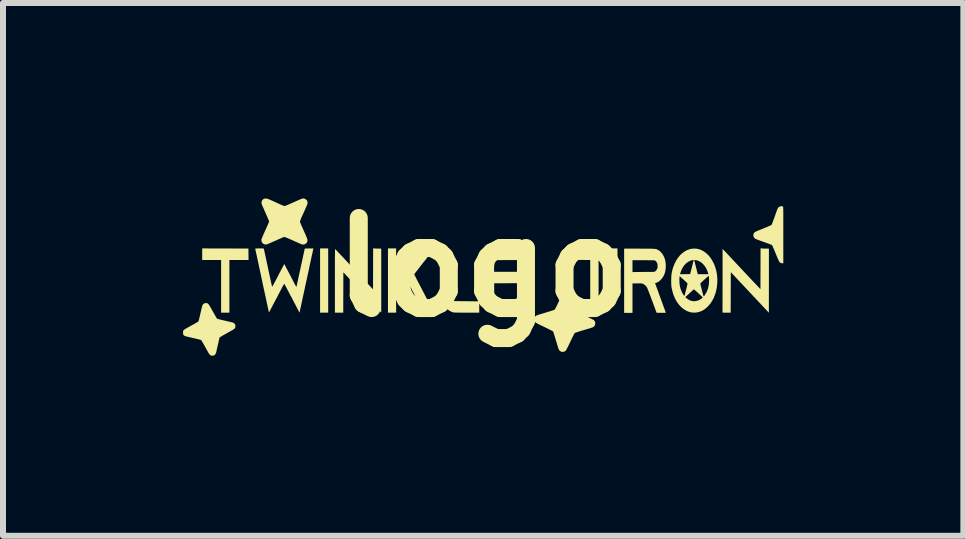
<source format=kicad_pcb>
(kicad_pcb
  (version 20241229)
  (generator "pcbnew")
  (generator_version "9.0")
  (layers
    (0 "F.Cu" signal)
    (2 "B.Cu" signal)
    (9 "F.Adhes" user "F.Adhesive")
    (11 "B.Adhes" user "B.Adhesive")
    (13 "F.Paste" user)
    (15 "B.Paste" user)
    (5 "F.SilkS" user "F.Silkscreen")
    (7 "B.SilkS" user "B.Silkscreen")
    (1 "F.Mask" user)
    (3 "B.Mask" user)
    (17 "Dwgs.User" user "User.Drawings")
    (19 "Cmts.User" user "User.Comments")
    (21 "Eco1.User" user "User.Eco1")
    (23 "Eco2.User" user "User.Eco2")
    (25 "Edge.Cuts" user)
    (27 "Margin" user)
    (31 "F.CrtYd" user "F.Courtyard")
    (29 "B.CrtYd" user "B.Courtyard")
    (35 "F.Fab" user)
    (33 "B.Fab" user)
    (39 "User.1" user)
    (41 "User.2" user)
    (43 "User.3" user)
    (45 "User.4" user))
  (footprint "logo"
    (layer "F.Cu")
    (at 4.999 1.404)
    (property "Reference" "logo" (at 0 0 0) (layer "F.SilkS") (effects (font (size 1.5 1.5) (thickness 0.3))))
    (attr board_only exclude_from_pos_files exclude_from_bom)
    (fp_poly (pts (xy -2.581 0.22) (xy -2.581 0.755) (xy -2.648 0.755) (xy -2.716 0.755) (xy -2.716 0.22) (xy -2.716 -0.315) (xy -2.648 -0.315) (xy -2.581 -0.315)) (stroke (width 0) (type solid)) (fill yes) (layer "F.SilkS"))
    (fp_poly (pts (xy -4.295 -0.314) (xy -3.91 -0.313) (xy -3.909 -0.218) (xy -3.908 -0.122) (xy -4.067 -0.122) (xy -4.227 -0.122) (xy -4.227 0.317) (xy -4.227 0.755) (xy -4.296 0.755) (xy -4.365 0.755) (xy -4.365 0.317) (xy -4.365 -0.122) (xy -4.523 -0.122) (xy -4.68 -0.122) (xy -4.68 -0.218) (xy -4.68 -0.315)) (stroke (width 0) (type solid)) (fill yes) (layer "F.SilkS"))
    (fp_poly (pts (xy 2.239 -0.218) (xy 2.239 -0.122) (xy 2.081 -0.122) (xy 1.924 -0.122) (xy 1.924 0.317) (xy 1.924 0.755) (xy 1.854 0.755) (xy 1.785 0.755) (xy 1.785 0.317) (xy 1.785 -0.122) (xy 1.626 -0.123) (xy 1.468 -0.124) (xy 1.468 -0.218) (xy 1.468 -0.313) (xy 1.853 -0.314) (xy 2.239 -0.315)) (stroke (width 0) (type solid)) (fill yes) (layer "F.SilkS"))
    (fp_poly (pts (xy 4.656 -0.314) (xy 4.675 -0.313) (xy 4.696 -0.312) (xy 4.718 -0.312) (xy 4.725 -0.312) (xy 4.762 -0.312) (xy 4.762 0.223) (xy 4.761 0.757) (xy 4.747 0.741) (xy 4.743 0.737) (xy 4.735 0.728) (xy 4.722 0.715) (xy 4.706 0.697) (xy 4.686 0.676) (xy 4.663 0.652) (xy 4.638 0.624) (xy 4.609 0.594) (xy 4.578 0.561) (xy 4.546 0.526) (xy 4.511 0.49) (xy 4.475 0.451) (xy 4.438 0.412) (xy 4.43 0.403) (xy 4.127 0.081) (xy 4.126 0.418) (xy 4.125 0.755) (xy 4.057 0.755) (xy 3.989 0.755) (xy 3.99 0.224) (xy 3.99 -0.306) (xy 4.029 -0.266) (xy 4.036 -0.258) (xy 4.048 -0.246) (xy 4.063 -0.229) (xy 4.083 -0.209) (xy 4.105 -0.185) (xy 4.131 -0.158) (xy 4.159 -0.128) (xy 4.189 -0.096) (xy 4.221 -0.061) (xy 4.255 -0.025) (xy 4.29 0.012) (xy 4.326 0.05) (xy 4.344 0.07) (xy 4.621 0.364) (xy 4.622 0.024) (xy 4.623 -0.316)) (stroke (width 0) (type solid)) (fill yes) (layer "F.SilkS"))
    (fp_poly (pts (xy -0.633 -0.314) (xy -0.564 -0.313) (xy -0.562 0.075) (xy -0.562 0.134) (xy -0.562 0.188) (xy -0.561 0.236) (xy -0.561 0.277) (xy -0.561 0.314) (xy -0.561 0.346) (xy -0.56 0.373) (xy -0.56 0.396) (xy -0.56 0.415) (xy -0.559 0.431) (xy -0.559 0.443) (xy -0.558 0.454) (xy -0.558 0.461) (xy -0.557 0.467) (xy -0.556 0.472) (xy -0.555 0.475) (xy -0.555 0.476) (xy -0.542 0.504) (xy -0.528 0.525) (xy -0.512 0.542) (xy -0.494 0.553) (xy -0.477 0.563) (xy -0.27 0.565) (xy -0.064 0.567) (xy -0.064 0.661) (xy -0.064 0.755) (xy -0.275 0.755) (xy -0.321 0.755) (xy -0.361 0.755) (xy -0.395 0.754) (xy -0.423 0.754) (xy -0.446 0.754) (xy -0.465 0.753) (xy -0.479 0.753) (xy -0.49 0.752) (xy -0.497 0.751) (xy -0.501 0.75) (xy -0.537 0.736) (xy -0.57 0.717) (xy -0.6 0.691) (xy -0.626 0.66) (xy -0.65 0.623) (xy -0.67 0.58) (xy -0.686 0.533) (xy -0.692 0.511) (xy -0.693 0.507) (xy -0.694 0.502) (xy -0.695 0.498) (xy -0.696 0.492) (xy -0.696 0.485) (xy -0.697 0.477) (xy -0.697 0.467) (xy -0.698 0.454) (xy -0.698 0.439) (xy -0.698 0.42) (xy -0.699 0.398) (xy -0.699 0.373) (xy -0.699 0.343) (xy -0.699 0.308) (xy -0.7 0.268) (xy -0.7 0.223) (xy -0.7 0.172) (xy -0.7 0.115) (xy -0.7 0.084) (xy -0.701 -0.315)) (stroke (width 0) (type solid)) (fill yes) (layer "F.SilkS"))
    (fp_poly (pts (xy -1.801 -0.314) (xy -1.784 -0.313) (xy -1.763 -0.312) (xy -1.742 -0.312) (xy -1.733 -0.312) (xy -1.697 -0.312) (xy -1.697 0.221) (xy -1.697 0.754) (xy -1.737 0.711) (xy -1.745 0.703) (xy -1.757 0.691) (xy -1.773 0.674) (xy -1.792 0.653) (xy -1.815 0.629) (xy -1.841 0.602) (xy -1.869 0.572) (xy -1.899 0.539) (xy -1.932 0.505) (xy -1.966 0.469) (xy -2.001 0.432) (xy -2.037 0.393) (xy -2.053 0.376) (xy -2.328 0.083) (xy -2.329 0.419) (xy -2.33 0.755) (xy -2.399 0.755) (xy -2.469 0.755) (xy -2.469 0.223) (xy -2.469 0.153) (xy -2.469 0.089) (xy -2.469 0.031) (xy -2.469 -0.021) (xy -2.469 -0.067) (xy -2.469 -0.108) (xy -2.469 -0.144) (xy -2.469 -0.175) (xy -2.468 -0.202) (xy -2.468 -0.225) (xy -2.468 -0.245) (xy -2.468 -0.261) (xy -2.467 -0.274) (xy -2.467 -0.284) (xy -2.467 -0.292) (xy -2.466 -0.297) (xy -2.466 -0.301) (xy -2.465 -0.303) (xy -2.464 -0.304) (xy -2.464 -0.304) (xy -2.463 -0.303) (xy -2.463 -0.303) (xy -2.457 -0.297) (xy -2.448 -0.287) (xy -2.434 -0.273) (xy -2.417 -0.254) (xy -2.397 -0.233) (xy -2.373 -0.208) (xy -2.347 -0.18) (xy -2.319 -0.151) (xy -2.29 -0.119) (xy -2.258 -0.085) (xy -2.226 -0.051) (xy -2.192 -0.015) (xy -2.159 0.021) (xy -2.125 0.057) (xy -2.091 0.093) (xy -2.058 0.128) (xy -2.034 0.154) (xy -1.834 0.367) (xy -1.833 0.025) (xy -1.832 -0.316)) (stroke (width 0) (type solid)) (fill yes) (layer "F.SilkS"))
    (fp_poly (pts (xy 4.996 -1.012) (xy 4.996 -1.012) (xy 4.997 -1.011) (xy 4.998 -1.01) (xy 4.998 -1.008) (xy 4.999 -1.004) (xy 5 -0.999) (xy 5 -0.991) (xy 5 -0.982) (xy 5.001 -0.969) (xy 5.001 -0.954) (xy 5.001 -0.935) (xy 5.002 -0.913) (xy 5.002 -0.886) (xy 5.002 -0.856) (xy 5.002 -0.82) (xy 5.002 -0.78) (xy 5.002 -0.734) (xy 5.002 -0.683) (xy 5.002 -0.625) (xy 5.002 -0.562) (xy 5.002 -0.538) (xy 5.002 -0.068) (xy 4.986 -0.068) (xy 4.974 -0.069) (xy 4.963 -0.071) (xy 4.96 -0.073) (xy 4.953 -0.076) (xy 4.948 -0.08) (xy 4.942 -0.085) (xy 4.937 -0.092) (xy 4.931 -0.101) (xy 4.924 -0.114) (xy 4.917 -0.13) (xy 4.907 -0.151) (xy 4.897 -0.176) (xy 4.884 -0.207) (xy 4.879 -0.22) (xy 4.865 -0.254) (xy 4.853 -0.283) (xy 4.843 -0.306) (xy 4.835 -0.325) (xy 4.829 -0.339) (xy 4.824 -0.351) (xy 4.82 -0.359) (xy 4.817 -0.364) (xy 4.814 -0.368) (xy 4.812 -0.371) (xy 4.81 -0.373) (xy 4.808 -0.374) (xy 4.804 -0.376) (xy 4.793 -0.38) (xy 4.778 -0.386) (xy 4.758 -0.393) (xy 4.735 -0.402) (xy 4.709 -0.411) (xy 4.681 -0.421) (xy 4.669 -0.426) (xy 4.636 -0.437) (xy 4.609 -0.447) (xy 4.587 -0.455) (xy 4.57 -0.461) (xy 4.556 -0.467) (xy 4.546 -0.471) (xy 4.538 -0.475) (xy 4.532 -0.478) (xy 4.528 -0.482) (xy 4.524 -0.485) (xy 4.523 -0.486) (xy 4.51 -0.503) (xy 4.503 -0.522) (xy 4.503 -0.542) (xy 4.509 -0.562) (xy 4.517 -0.575) (xy 4.52 -0.579) (xy 4.523 -0.582) (xy 4.527 -0.585) (xy 4.532 -0.589) (xy 4.54 -0.593) (xy 4.55 -0.598) (xy 4.564 -0.604) (xy 4.582 -0.612) (xy 4.605 -0.621) (xy 4.634 -0.633) (xy 4.636 -0.634) (xy 4.662 -0.644) (xy 4.687 -0.655) (xy 4.712 -0.665) (xy 4.734 -0.674) (xy 4.752 -0.682) (xy 4.765 -0.687) (xy 4.78 -0.694) (xy 4.794 -0.7) (xy 4.803 -0.706) (xy 4.808 -0.71) (xy 4.81 -0.715) (xy 4.815 -0.726) (xy 4.821 -0.742) (xy 4.829 -0.765) (xy 4.84 -0.794) (xy 4.853 -0.829) (xy 4.868 -0.871) (xy 4.884 -0.918) (xy 4.889 -0.93) (xy 4.896 -0.951) (xy 4.902 -0.967) (xy 4.908 -0.978) (xy 4.912 -0.987) (xy 4.918 -0.994) (xy 4.923 -1) (xy 4.926 -1.002) (xy 4.942 -1.012) (xy 4.96 -1.018) (xy 4.979 -1.018)) (stroke (width 0) (type solid)) (fill yes) (layer "F.SilkS"))
    (fp_poly (pts (xy -1.449 -0.042) (xy -1.449 0.012) (xy -1.449 0.061) (xy -1.449 0.103) (xy -1.449 0.14) (xy -1.449 0.17) (xy -1.448 0.195) (xy -1.448 0.213) (xy -1.447 0.224) (xy -1.446 0.229) (xy -1.446 0.229) (xy -1.444 0.226) (xy -1.437 0.218) (xy -1.427 0.205) (xy -1.413 0.188) (xy -1.396 0.167) (xy -1.376 0.141) (xy -1.353 0.113) (xy -1.328 0.081) (xy -1.3 0.046) (xy -1.271 0.009) (xy -1.24 -0.03) (xy -1.207 -0.072) (xy -1.173 -0.115) (xy -1.138 -0.16) (xy -1.102 -0.205) (xy -1.096 -0.213) (xy -1.015 -0.315) (xy -0.914 -0.315) (xy -0.889 -0.315) (xy -0.866 -0.315) (xy -0.846 -0.315) (xy -0.83 -0.314) (xy -0.819 -0.314) (xy -0.813 -0.314) (xy -0.813 -0.314) (xy -0.815 -0.311) (xy -0.821 -0.303) (xy -0.83 -0.291) (xy -0.843 -0.275) (xy -0.859 -0.255) (xy -0.877 -0.231) (xy -0.898 -0.205) (xy -0.92 -0.176) (xy -0.944 -0.145) (xy -0.97 -0.113) (xy -0.98 -0.1) (xy -1.007 -0.066) (xy -1.031 -0.035) (xy -1.055 -0.005) (xy -1.076 0.023) (xy -1.095 0.047) (xy -1.112 0.069) (xy -1.126 0.087) (xy -1.137 0.101) (xy -1.144 0.111) (xy -1.148 0.116) (xy -1.148 0.117) (xy -1.146 0.12) (xy -1.142 0.129) (xy -1.135 0.143) (xy -1.125 0.162) (xy -1.113 0.186) (xy -1.099 0.213) (xy -1.083 0.244) (xy -1.065 0.279) (xy -1.045 0.316) (xy -1.025 0.355) (xy -1.003 0.397) (xy -0.982 0.437) (xy -0.817 0.754) (xy -0.898 0.754) (xy -0.921 0.755) (xy -0.942 0.755) (xy -0.96 0.755) (xy -0.973 0.755) (xy -0.982 0.754) (xy -0.984 0.754) (xy -0.986 0.751) (xy -0.991 0.742) (xy -0.998 0.728) (xy -1.008 0.71) (xy -1.021 0.687) (xy -1.035 0.661) (xy -1.051 0.631) (xy -1.068 0.598) (xy -1.087 0.562) (xy -1.106 0.525) (xy -1.119 0.5) (xy -1.139 0.462) (xy -1.159 0.425) (xy -1.177 0.391) (xy -1.193 0.359) (xy -1.209 0.33) (xy -1.222 0.305) (xy -1.233 0.284) (xy -1.242 0.267) (xy -1.249 0.255) (xy -1.252 0.249) (xy -1.253 0.247) (xy -1.255 0.25) (xy -1.262 0.257) (xy -1.271 0.269) (xy -1.284 0.284) (xy -1.299 0.303) (xy -1.316 0.324) (xy -1.334 0.348) (xy -1.352 0.37) (xy -1.449 0.493) (xy -1.449 0.624) (xy -1.449 0.755) (xy -1.517 0.755) (xy -1.585 0.755) (xy -1.585 0.22) (xy -1.585 -0.315) (xy -1.517 -0.315) (xy -1.449 -0.315)) (stroke (width 0) (type solid)) (fill yes) (layer "F.SilkS"))
    (fp_poly (pts (xy 0.82 -0.219) (xy 0.82 -0.122) (xy 0.527 -0.121) (xy 0.234 -0.12) (xy 0.221 -0.11) (xy 0.209 -0.098) (xy 0.2 -0.084) (xy 0.193 -0.067) (xy 0.188 -0.046) (xy 0.184 -0.021) (xy 0.183 0.01) (xy 0.183 0.026) (xy 0.183 0.075) (xy 0.432 0.075) (xy 0.681 0.075) (xy 0.681 0.169) (xy 0.681 0.264) (xy 0.433 0.265) (xy 0.185 0.266) (xy 0.185 0.379) (xy 0.185 0.41) (xy 0.185 0.435) (xy 0.185 0.455) (xy 0.185 0.47) (xy 0.186 0.482) (xy 0.187 0.491) (xy 0.188 0.497) (xy 0.189 0.503) (xy 0.191 0.508) (xy 0.192 0.512) (xy 0.202 0.53) (xy 0.214 0.545) (xy 0.227 0.556) (xy 0.239 0.562) (xy 0.246 0.563) (xy 0.259 0.563) (xy 0.278 0.564) (xy 0.305 0.564) (xy 0.338 0.565) (xy 0.378 0.565) (xy 0.425 0.565) (xy 0.479 0.566) (xy 0.536 0.566) (xy 0.82 0.566) (xy 0.82 0.66) (xy 0.82 0.755) (xy 0.526 0.755) (xy 0.473 0.755) (xy 0.426 0.755) (xy 0.386 0.755) (xy 0.351 0.755) (xy 0.321 0.754) (xy 0.296 0.754) (xy 0.275 0.754) (xy 0.257 0.753) (xy 0.244 0.753) (xy 0.233 0.752) (xy 0.225 0.752) (xy 0.219 0.751) (xy 0.214 0.75) (xy 0.214 0.75) (xy 0.191 0.742) (xy 0.17 0.73) (xy 0.149 0.714) (xy 0.135 0.701) (xy 0.111 0.674) (xy 0.092 0.644) (xy 0.075 0.61) (xy 0.062 0.571) (xy 0.057 0.553) (xy 0.055 0.548) (xy 0.054 0.543) (xy 0.053 0.538) (xy 0.052 0.532) (xy 0.052 0.524) (xy 0.051 0.516) (xy 0.051 0.505) (xy 0.05 0.492) (xy 0.05 0.475) (xy 0.05 0.455) (xy 0.049 0.432) (xy 0.049 0.404) (xy 0.049 0.371) (xy 0.049 0.333) (xy 0.049 0.289) (xy 0.049 0.238) (xy 0.049 0.225) (xy 0.049 0.172) (xy 0.049 0.125) (xy 0.049 0.083) (xy 0.049 0.048) (xy 0.05 0.017) (xy 0.05 -0.01) (xy 0.05 -0.033) (xy 0.051 -0.052) (xy 0.052 -0.068) (xy 0.053 -0.082) (xy 0.054 -0.093) (xy 0.055 -0.103) (xy 0.057 -0.112) (xy 0.059 -0.121) (xy 0.061 -0.129) (xy 0.064 -0.137) (xy 0.067 -0.146) (xy 0.082 -0.184) (xy 0.102 -0.218) (xy 0.125 -0.249) (xy 0.151 -0.274) (xy 0.18 -0.293) (xy 0.21 -0.307) (xy 0.214 -0.308) (xy 0.218 -0.309) (xy 0.223 -0.31) (xy 0.229 -0.311) (xy 0.238 -0.311) (xy 0.249 -0.312) (xy 0.262 -0.312) (xy 0.279 -0.313) (xy 0.299 -0.313) (xy 0.324 -0.313) (xy 0.353 -0.313) (xy 0.387 -0.314) (xy 0.426 -0.314) (xy 0.472 -0.314) (xy 0.523 -0.314) (xy 0.524 -0.314) (xy 0.82 -0.315)) (stroke (width 0) (type solid)) (fill yes) (layer "F.SilkS"))
    (fp_poly (pts (xy 2.598 -0.312) (xy 2.648 -0.311) (xy 2.691 -0.311) (xy 2.729 -0.311) (xy 2.761 -0.311) (xy 2.789 -0.311) (xy 2.812 -0.31) (xy 2.832 -0.309) (xy 2.848 -0.309) (xy 2.861 -0.307) (xy 2.872 -0.306) (xy 2.881 -0.304) (xy 2.889 -0.302) (xy 2.896 -0.299) (xy 2.903 -0.296) (xy 2.91 -0.293) (xy 2.913 -0.291) (xy 2.942 -0.272) (xy 2.968 -0.247) (xy 2.991 -0.217) (xy 3.011 -0.182) (xy 3.026 -0.144) (xy 3.029 -0.137) (xy 3.038 -0.098) (xy 3.043 -0.056) (xy 3.044 -0.013) (xy 3.041 0.03) (xy 3.034 0.071) (xy 3.023 0.109) (xy 3.02 0.116) (xy 3.004 0.149) (xy 2.985 0.179) (xy 2.963 0.205) (xy 2.94 0.227) (xy 2.916 0.244) (xy 2.891 0.256) (xy 2.877 0.259) (xy 2.869 0.262) (xy 2.866 0.265) (xy 2.866 0.265) (xy 2.868 0.269) (xy 2.871 0.279) (xy 2.876 0.294) (xy 2.883 0.312) (xy 2.891 0.335) (xy 2.901 0.361) (xy 2.911 0.388) (xy 2.916 0.403) (xy 2.928 0.437) (xy 2.942 0.475) (xy 2.956 0.514) (xy 2.97 0.552) (xy 2.984 0.589) (xy 2.996 0.623) (xy 3.004 0.646) (xy 3.014 0.672) (xy 3.023 0.695) (xy 3.03 0.716) (xy 3.036 0.734) (xy 3.041 0.747) (xy 3.044 0.755) (xy 3.045 0.757) (xy 3.041 0.757) (xy 3.032 0.758) (xy 3.018 0.758) (xy 3.001 0.758) (xy 2.98 0.758) (xy 2.968 0.758) (xy 2.891 0.757) (xy 2.816 0.555) (xy 2.802 0.518) (xy 2.789 0.482) (xy 2.776 0.449) (xy 2.764 0.419) (xy 2.754 0.392) (xy 2.745 0.37) (xy 2.738 0.352) (xy 2.733 0.34) (xy 2.73 0.334) (xy 2.716 0.315) (xy 2.699 0.298) (xy 2.681 0.284) (xy 2.663 0.274) (xy 2.656 0.272) (xy 2.649 0.27) (xy 2.641 0.269) (xy 2.63 0.268) (xy 2.616 0.268) (xy 2.598 0.268) (xy 2.574 0.268) (xy 2.567 0.268) (xy 2.489 0.268) (xy 2.489 0.513) (xy 2.489 0.759) (xy 2.42 0.759) (xy 2.35 0.759) (xy 2.35 0.224) (xy 2.35 -0.02) (xy 2.489 -0.02) (xy 2.489 0.079) (xy 2.67 0.077) (xy 2.851 0.076) (xy 2.867 0.066) (xy 2.877 0.059) (xy 2.885 0.05) (xy 2.893 0.038) (xy 2.896 0.032) (xy 2.901 0.021) (xy 2.905 0.011) (xy 2.907 0.002) (xy 2.907 -0.011) (xy 2.907 -0.022) (xy 2.907 -0.038) (xy 2.906 -0.05) (xy 2.903 -0.06) (xy 2.899 -0.071) (xy 2.898 -0.073) (xy 2.89 -0.088) (xy 2.883 -0.098) (xy 2.875 -0.106) (xy 2.865 -0.112) (xy 2.864 -0.112) (xy 2.861 -0.114) (xy 2.858 -0.115) (xy 2.853 -0.116) (xy 2.847 -0.116) (xy 2.838 -0.117) (xy 2.827 -0.118) (xy 2.812 -0.118) (xy 2.793 -0.118) (xy 2.77 -0.118) (xy 2.742 -0.118) (xy 2.707 -0.119) (xy 2.671 -0.119) (xy 2.489 -0.119) (xy 2.489 -0.02) (xy 2.35 -0.02) (xy 2.35 -0.312)) (stroke (width 0) (type solid)) (fill yes) (layer "F.SilkS"))
    (fp_poly (pts (xy 1.41 0.392) (xy 1.429 0.4) (xy 1.444 0.411) (xy 1.451 0.418) (xy 1.456 0.426) (xy 1.461 0.436) (xy 1.465 0.45) (xy 1.469 0.462) (xy 1.474 0.478) (xy 1.478 0.492) (xy 1.482 0.503) (xy 1.483 0.508) (xy 1.485 0.513) (xy 1.488 0.524) (xy 1.493 0.54) (xy 1.499 0.559) (xy 1.506 0.582) (xy 1.513 0.607) (xy 1.517 0.621) (xy 1.528 0.656) (xy 1.536 0.683) (xy 1.544 0.705) (xy 1.549 0.721) (xy 1.553 0.73) (xy 1.556 0.734) (xy 1.56 0.737) (xy 1.57 0.742) (xy 1.585 0.75) (xy 1.604 0.76) (xy 1.626 0.771) (xy 1.652 0.783) (xy 1.679 0.797) (xy 1.701 0.807) (xy 1.73 0.821) (xy 1.757 0.834) (xy 1.782 0.847) (xy 1.804 0.857) (xy 1.822 0.867) (xy 1.836 0.874) (xy 1.845 0.879) (xy 1.848 0.881) (xy 1.86 0.897) (xy 1.867 0.915) (xy 1.869 0.935) (xy 1.866 0.954) (xy 1.858 0.973) (xy 1.845 0.988) (xy 1.829 0.999) (xy 1.823 1.001) (xy 1.812 1.005) (xy 1.795 1.01) (xy 1.774 1.017) (xy 1.75 1.024) (xy 1.723 1.032) (xy 1.693 1.041) (xy 1.675 1.047) (xy 1.639 1.057) (xy 1.61 1.066) (xy 1.586 1.074) (xy 1.566 1.08) (xy 1.552 1.085) (xy 1.54 1.089) (xy 1.533 1.092) (xy 1.528 1.095) (xy 1.525 1.097) (xy 1.522 1.102) (xy 1.516 1.112) (xy 1.508 1.127) (xy 1.499 1.147) (xy 1.487 1.169) (xy 1.475 1.195) (xy 1.462 1.222) (xy 1.453 1.241) (xy 1.439 1.27) (xy 1.426 1.297) (xy 1.414 1.321) (xy 1.403 1.343) (xy 1.393 1.361) (xy 1.386 1.375) (xy 1.381 1.384) (xy 1.379 1.386) (xy 1.362 1.4) (xy 1.343 1.407) (xy 1.325 1.409) (xy 1.312 1.408) (xy 1.3 1.405) (xy 1.295 1.403) (xy 1.282 1.394) (xy 1.27 1.383) (xy 1.262 1.372) (xy 1.26 1.367) (xy 1.256 1.356) (xy 1.251 1.34) (xy 1.245 1.32) (xy 1.237 1.296) (xy 1.229 1.269) (xy 1.221 1.24) (xy 1.214 1.219) (xy 1.205 1.189) (xy 1.197 1.161) (xy 1.188 1.135) (xy 1.181 1.112) (xy 1.175 1.093) (xy 1.17 1.079) (xy 1.167 1.07) (xy 1.166 1.068) (xy 1.161 1.065) (xy 1.151 1.059) (xy 1.136 1.051) (xy 1.116 1.041) (xy 1.092 1.029) (xy 1.064 1.015) (xy 1.034 1) (xy 1.024 0.996) (xy 0.996 0.982) (xy 0.968 0.969) (xy 0.943 0.957) (xy 0.921 0.946) (xy 0.903 0.936) (xy 0.888 0.928) (xy 0.879 0.923) (xy 0.876 0.921) (xy 0.862 0.905) (xy 0.853 0.887) (xy 0.85 0.868) (xy 0.852 0.848) (xy 0.859 0.83) (xy 0.872 0.815) (xy 0.885 0.805) (xy 0.891 0.802) (xy 0.903 0.798) (xy 0.92 0.792) (xy 0.941 0.785) (xy 0.966 0.777) (xy 0.994 0.769) (xy 1.023 0.76) (xy 1.043 0.754) (xy 1.081 0.742) (xy 1.113 0.733) (xy 1.139 0.724) (xy 1.159 0.718) (xy 1.175 0.712) (xy 1.186 0.708) (xy 1.192 0.705) (xy 1.194 0.703) (xy 1.197 0.699) (xy 1.203 0.689) (xy 1.21 0.674) (xy 1.22 0.655) (xy 1.231 0.633) (xy 1.243 0.607) (xy 1.256 0.58) (xy 1.265 0.562) (xy 1.279 0.534) (xy 1.292 0.507) (xy 1.304 0.482) (xy 1.314 0.46) (xy 1.324 0.442) (xy 1.331 0.428) (xy 1.336 0.419) (xy 1.337 0.417) (xy 1.353 0.403) (xy 1.371 0.394) (xy 1.39 0.39)) (stroke (width 0) (type solid)) (fill yes) (layer "F.SilkS"))
    (fp_poly (pts (xy -4.609 0.596) (xy -4.605 0.597) (xy -4.599 0.598) (xy -4.594 0.599) (xy -4.589 0.601) (xy -4.585 0.604) (xy -4.58 0.608) (xy -4.575 0.614) (xy -4.568 0.623) (xy -4.561 0.634) (xy -4.552 0.648) (xy -4.542 0.667) (xy -4.529 0.689) (xy -4.514 0.716) (xy -4.496 0.748) (xy -4.477 0.781) (xy -4.466 0.8) (xy -4.456 0.818) (xy -4.447 0.834) (xy -4.44 0.845) (xy -4.435 0.853) (xy -4.434 0.854) (xy -4.429 0.857) (xy -4.417 0.86) (xy -4.399 0.865) (xy -4.375 0.872) (xy -4.344 0.879) (xy -4.306 0.888) (xy -4.301 0.889) (xy -4.272 0.896) (xy -4.245 0.902) (xy -4.22 0.908) (xy -4.198 0.913) (xy -4.181 0.918) (xy -4.168 0.921) (xy -4.161 0.924) (xy -4.161 0.924) (xy -4.146 0.934) (xy -4.134 0.948) (xy -4.128 0.965) (xy -4.126 0.984) (xy -4.13 1.001) (xy -4.133 1.009) (xy -4.138 1.016) (xy -4.144 1.023) (xy -4.153 1.031) (xy -4.166 1.039) (xy -4.183 1.049) (xy -4.205 1.062) (xy -4.206 1.062) (xy -4.244 1.084) (xy -4.277 1.102) (xy -4.305 1.118) (xy -4.328 1.131) (xy -4.347 1.142) (xy -4.361 1.15) (xy -4.372 1.157) (xy -4.38 1.162) (xy -4.385 1.165) (xy -4.388 1.167) (xy -4.388 1.168) (xy -4.392 1.175) (xy -4.394 1.184) (xy -4.396 1.193) (xy -4.4 1.207) (xy -4.404 1.225) (xy -4.409 1.246) (xy -4.414 1.27) (xy -4.42 1.295) (xy -4.426 1.32) (xy -4.431 1.345) (xy -4.437 1.368) (xy -4.441 1.389) (xy -4.445 1.406) (xy -4.448 1.419) (xy -4.45 1.426) (xy -4.45 1.427) (xy -4.457 1.441) (xy -4.467 1.454) (xy -4.479 1.465) (xy -4.486 1.469) (xy -4.501 1.472) (xy -4.519 1.473) (xy -4.534 1.469) (xy -4.536 1.468) (xy -4.545 1.464) (xy -4.553 1.457) (xy -4.561 1.446) (xy -4.571 1.432) (xy -4.583 1.412) (xy -4.587 1.405) (xy -4.595 1.389) (xy -4.607 1.369) (xy -4.619 1.347) (xy -4.632 1.324) (xy -4.641 1.307) (xy -4.656 1.281) (xy -4.668 1.26) (xy -4.677 1.244) (xy -4.684 1.232) (xy -4.69 1.223) (xy -4.694 1.217) (xy -4.697 1.213) (xy -4.7 1.211) (xy -4.703 1.209) (xy -4.708 1.208) (xy -4.719 1.205) (xy -4.735 1.201) (xy -4.755 1.196) (xy -4.778 1.19) (xy -4.805 1.184) (xy -4.833 1.178) (xy -4.836 1.177) (xy -4.865 1.17) (xy -4.892 1.164) (xy -4.916 1.158) (xy -4.937 1.153) (xy -4.953 1.149) (xy -4.965 1.145) (xy -4.971 1.143) (xy -4.971 1.143) (xy -4.98 1.137) (xy -4.989 1.129) (xy -4.99 1.128) (xy -4.994 1.122) (xy -4.997 1.116) (xy -4.998 1.108) (xy -4.999 1.096) (xy -4.999 1.088) (xy -4.999 1.073) (xy -4.998 1.063) (xy -4.996 1.057) (xy -4.993 1.051) (xy -4.989 1.047) (xy -4.983 1.041) (xy -4.972 1.033) (xy -4.958 1.024) (xy -4.945 1.017) (xy -4.905 0.994) (xy -4.87 0.975) (xy -4.841 0.959) (xy -4.816 0.945) (xy -4.796 0.934) (xy -4.78 0.924) (xy -4.767 0.917) (xy -4.758 0.911) (xy -4.751 0.907) (xy -4.746 0.904) (xy -4.744 0.902) (xy -4.744 0.902) (xy -4.741 0.897) (xy -4.738 0.886) (xy -4.734 0.871) (xy -4.729 0.852) (xy -4.724 0.832) (xy -4.723 0.826) (xy -4.714 0.786) (xy -4.706 0.752) (xy -4.699 0.723) (xy -4.694 0.699) (xy -4.689 0.68) (xy -4.685 0.665) (xy -4.682 0.653) (xy -4.679 0.643) (xy -4.677 0.636) (xy -4.675 0.631) (xy -4.673 0.627) (xy -4.662 0.612) (xy -4.646 0.601) (xy -4.628 0.596)) (stroke (width 0) (type solid)) (fill yes) (layer "F.SilkS"))
    (fp_poly (pts (xy -3.617 -1.147) (xy -3.612 -1.147) (xy -3.608 -1.146) (xy -3.603 -1.145) (xy -3.598 -1.144) (xy -3.591 -1.142) (xy -3.582 -1.139) (xy -3.571 -1.134) (xy -3.558 -1.129) (xy -3.541 -1.122) (xy -3.521 -1.113) (xy -3.497 -1.102) (xy -3.468 -1.089) (xy -3.434 -1.073) (xy -3.394 -1.055) (xy -3.377 -1.047) (xy -3.353 -1.037) (xy -3.334 -1.029) (xy -3.319 -1.024) (xy -3.31 -1.022) (xy -3.309 -1.022) (xy -3.301 -1.024) (xy -3.287 -1.028) (xy -3.269 -1.035) (xy -3.246 -1.045) (xy -3.234 -1.05) (xy -3.19 -1.069) (xy -3.152 -1.086) (xy -3.12 -1.101) (xy -3.092 -1.113) (xy -3.069 -1.123) (xy -3.05 -1.131) (xy -3.035 -1.137) (xy -3.023 -1.142) (xy -3.014 -1.145) (xy -3.008 -1.146) (xy -3.006 -1.147) (xy -2.986 -1.147) (xy -2.967 -1.141) (xy -2.951 -1.13) (xy -2.937 -1.116) (xy -2.928 -1.099) (xy -2.924 -1.08) (xy -2.926 -1.061) (xy -2.928 -1.053) (xy -2.933 -1.04) (xy -2.94 -1.024) (xy -2.948 -1.004) (xy -2.958 -0.983) (xy -2.964 -0.969) (xy -2.975 -0.943) (xy -2.988 -0.915) (xy -3.001 -0.887) (xy -3.012 -0.86) (xy -3.023 -0.837) (xy -3.025 -0.833) (xy -3.033 -0.813) (xy -3.04 -0.796) (xy -3.046 -0.781) (xy -3.05 -0.769) (xy -3.051 -0.763) (xy -3.051 -0.763) (xy -3.05 -0.757) (xy -3.046 -0.746) (xy -3.041 -0.731) (xy -3.033 -0.713) (xy -3.025 -0.693) (xy -3.021 -0.686) (xy -3.01 -0.66) (xy -2.997 -0.631) (xy -2.984 -0.601) (xy -2.971 -0.572) (xy -2.96 -0.547) (xy -2.948 -0.52) (xy -2.939 -0.497) (xy -2.932 -0.48) (xy -2.928 -0.465) (xy -2.926 -0.453) (xy -2.926 -0.443) (xy -2.928 -0.433) (xy -2.929 -0.429) (xy -2.939 -0.41) (xy -2.953 -0.395) (xy -2.971 -0.385) (xy -2.991 -0.38) (xy -2.998 -0.379) (xy -3.002 -0.379) (xy -3.007 -0.38) (xy -3.011 -0.38) (xy -3.016 -0.382) (xy -3.023 -0.384) (xy -3.032 -0.387) (xy -3.043 -0.392) (xy -3.058 -0.398) (xy -3.076 -0.406) (xy -3.098 -0.416) (xy -3.126 -0.428) (xy -3.158 -0.443) (xy -3.175 -0.45) (xy -3.208 -0.465) (xy -3.237 -0.478) (xy -3.262 -0.488) (xy -3.282 -0.496) (xy -3.297 -0.502) (xy -3.306 -0.505) (xy -3.309 -0.506) (xy -3.319 -0.504) (xy -3.332 -0.5) (xy -3.348 -0.494) (xy -3.377 -0.48) (xy -3.408 -0.467) (xy -3.438 -0.453) (xy -3.468 -0.44) (xy -3.496 -0.428) (xy -3.523 -0.416) (xy -3.546 -0.406) (xy -3.567 -0.397) (xy -3.583 -0.391) (xy -3.594 -0.386) (xy -3.6 -0.384) (xy -3.617 -0.38) (xy -3.633 -0.381) (xy -3.642 -0.383) (xy -3.66 -0.392) (xy -3.676 -0.405) (xy -3.687 -0.423) (xy -3.693 -0.442) (xy -3.694 -0.462) (xy -3.694 -0.462) (xy -3.692 -0.468) (xy -3.688 -0.48) (xy -3.681 -0.496) (xy -3.673 -0.516) (xy -3.663 -0.539) (xy -3.652 -0.564) (xy -3.642 -0.586) (xy -3.626 -0.623) (xy -3.611 -0.655) (xy -3.6 -0.682) (xy -3.59 -0.703) (xy -3.582 -0.721) (xy -3.576 -0.735) (xy -3.572 -0.746) (xy -3.569 -0.754) (xy -3.567 -0.759) (xy -3.566 -0.763) (xy -3.566 -0.766) (xy -3.567 -0.77) (xy -3.571 -0.781) (xy -3.577 -0.795) (xy -3.585 -0.813) (xy -3.593 -0.834) (xy -3.603 -0.856) (xy -3.615 -0.883) (xy -3.627 -0.911) (xy -3.64 -0.939) (xy -3.651 -0.966) (xy -3.661 -0.989) (xy -3.666 -0.999) (xy -3.675 -1.019) (xy -3.682 -1.035) (xy -3.686 -1.047) (xy -3.689 -1.056) (xy -3.691 -1.063) (xy -3.691 -1.07) (xy -3.691 -1.078) (xy -3.691 -1.081) (xy -3.689 -1.095) (xy -3.687 -1.106) (xy -3.681 -1.115) (xy -3.68 -1.118) (xy -3.665 -1.134) (xy -3.647 -1.143) (xy -3.626 -1.147)) (stroke (width 0) (type solid)) (fill yes) (layer "F.SilkS"))
    (fp_poly (pts (xy -2.829 -0.307) (xy -2.83 -0.303) (xy -2.832 -0.293) (xy -2.836 -0.277) (xy -2.84 -0.255) (xy -2.846 -0.228) (xy -2.853 -0.197) (xy -2.861 -0.161) (xy -2.869 -0.121) (xy -2.879 -0.078) (xy -2.889 -0.031) (xy -2.899 0.018) (xy -2.91 0.069) (xy -2.922 0.123) (xy -2.929 0.157) (xy -2.945 0.231) (xy -2.96 0.298) (xy -2.973 0.36) (xy -2.985 0.415) (xy -2.996 0.465) (xy -3.006 0.51) (xy -3.014 0.55) (xy -3.022 0.585) (xy -3.028 0.616) (xy -3.034 0.643) (xy -3.039 0.666) (xy -3.044 0.686) (xy -3.047 0.702) (xy -3.05 0.716) (xy -3.053 0.727) (xy -3.054 0.736) (xy -3.056 0.742) (xy -3.057 0.747) (xy -3.058 0.75) (xy -3.058 0.752) (xy -3.059 0.753) (xy -3.059 0.754) (xy -3.059 0.754) (xy -3.061 0.751) (xy -3.065 0.744) (xy -3.071 0.732) (xy -3.079 0.717) (xy -3.087 0.702) (xy -3.101 0.675) (xy -3.116 0.646) (xy -3.132 0.615) (xy -3.149 0.583) (xy -3.166 0.549) (xy -3.184 0.515) (xy -3.202 0.482) (xy -3.219 0.449) (xy -3.236 0.417) (xy -3.252 0.388) (xy -3.266 0.36) (xy -3.279 0.335) (xy -3.291 0.314) (xy -3.3 0.297) (xy -3.308 0.284) (xy -3.312 0.276) (xy -3.314 0.273) (xy -3.316 0.276) (xy -3.321 0.285) (xy -3.328 0.298) (xy -3.338 0.316) (xy -3.35 0.338) (xy -3.363 0.364) (xy -3.378 0.392) (xy -3.394 0.423) (xy -3.412 0.456) (xy -3.416 0.465) (xy -3.441 0.513) (xy -3.463 0.555) (xy -3.483 0.592) (xy -3.5 0.624) (xy -3.514 0.652) (xy -3.526 0.675) (xy -3.537 0.695) (xy -3.545 0.711) (xy -3.552 0.723) (xy -3.557 0.733) (xy -3.561 0.74) (xy -3.564 0.745) (xy -3.566 0.749) (xy -3.567 0.751) (xy -3.568 0.751) (xy -3.568 0.751) (xy -3.568 0.751) (xy -3.568 0.75) (xy -3.569 0.748) (xy -3.57 0.745) (xy -3.571 0.741) (xy -3.572 0.735) (xy -3.574 0.726) (xy -3.576 0.716) (xy -3.579 0.703) (xy -3.582 0.687) (xy -3.587 0.668) (xy -3.591 0.646) (xy -3.597 0.62) (xy -3.604 0.59) (xy -3.611 0.555) (xy -3.619 0.516) (xy -3.629 0.473) (xy -3.639 0.424) (xy -3.651 0.37) (xy -3.664 0.31) (xy -3.678 0.244) (xy -3.693 0.172) (xy -3.698 0.148) (xy -3.71 0.094) (xy -3.721 0.041) (xy -3.732 -0.009) (xy -3.742 -0.057) (xy -3.752 -0.102) (xy -3.761 -0.144) (xy -3.769 -0.182) (xy -3.776 -0.216) (xy -3.783 -0.245) (xy -3.788 -0.27) (xy -3.792 -0.289) (xy -3.795 -0.302) (xy -3.796 -0.31) (xy -3.796 -0.312) (xy -3.793 -0.313) (xy -3.783 -0.314) (xy -3.768 -0.314) (xy -3.747 -0.315) (xy -3.726 -0.315) (xy -3.702 -0.315) (xy -3.684 -0.315) (xy -3.671 -0.314) (xy -3.663 -0.314) (xy -3.657 -0.313) (xy -3.654 -0.311) (xy -3.653 -0.309) (xy -3.653 -0.309) (xy -3.652 -0.305) (xy -3.65 -0.295) (xy -3.646 -0.279) (xy -3.642 -0.258) (xy -3.636 -0.232) (xy -3.63 -0.202) (xy -3.622 -0.168) (xy -3.614 -0.13) (xy -3.606 -0.09) (xy -3.596 -0.048) (xy -3.587 -0.003) (xy -3.585 0.007) (xy -3.575 0.052) (xy -3.566 0.095) (xy -3.557 0.135) (xy -3.549 0.173) (xy -3.541 0.208) (xy -3.535 0.239) (xy -3.529 0.266) (xy -3.524 0.288) (xy -3.52 0.305) (xy -3.517 0.317) (xy -3.516 0.322) (xy -3.516 0.323) (xy -3.514 0.323) (xy -3.511 0.318) (xy -3.506 0.31) (xy -3.498 0.297) (xy -3.488 0.279) (xy -3.476 0.255) (xy -3.46 0.227) (xy -3.444 0.196) (xy -3.428 0.165) (xy -3.412 0.134) (xy -3.397 0.104) (xy -3.381 0.075) (xy -3.368 0.049) (xy -3.356 0.027) (xy -3.347 0.009) (xy -3.344 0.004) (xy -3.313 -0.055) (xy -3.303 -0.037) (xy -3.3 -0.03) (xy -3.293 -0.019) (xy -3.285 -0.002) (xy -3.274 0.019) (xy -3.261 0.043) (xy -3.247 0.07) (xy -3.231 0.1) (xy -3.215 0.131) (xy -3.204 0.152) (xy -3.187 0.184) (xy -3.172 0.214) (xy -3.158 0.241) (xy -3.145 0.266) (xy -3.134 0.287) (xy -3.124 0.304) (xy -3.118 0.317) (xy -3.114 0.324) (xy -3.112 0.326) (xy -3.111 0.324) (xy -3.108 0.316) (xy -3.105 0.304) (xy -3.101 0.288) (xy -3.099 0.279) (xy -3.097 0.267) (xy -3.093 0.25) (xy -3.088 0.228) (xy -3.082 0.2) (xy -3.076 0.169) (xy -3.068 0.134) (xy -3.06 0.096) (xy -3.051 0.055) (xy -3.042 0.013) (xy -3.033 -0.03) (xy -3.03 -0.042) (xy -2.971 -0.313) (xy -2.899 -0.314) (xy -2.827 -0.315)) (stroke (width 0) (type solid)) (fill yes) (layer "F.SilkS"))
    (fp_poly (pts (xy 3.561 -0.31) (xy 3.602 -0.301) (xy 3.641 -0.285) (xy 3.679 -0.264) (xy 3.715 -0.237) (xy 3.75 -0.205) (xy 3.782 -0.168) (xy 3.811 -0.125) (xy 3.837 -0.077) (xy 3.85 -0.051) (xy 3.871 0.006) (xy 3.887 0.066) (xy 3.898 0.129) (xy 3.903 0.192) (xy 3.902 0.257) (xy 3.896 0.32) (xy 3.885 0.383) (xy 3.868 0.444) (xy 3.846 0.502) (xy 3.84 0.515) (xy 3.816 0.559) (xy 3.789 0.6) (xy 3.758 0.638) (xy 3.725 0.671) (xy 3.689 0.7) (xy 3.653 0.722) (xy 3.649 0.724) (xy 3.609 0.74) (xy 3.567 0.751) (xy 3.524 0.755) (xy 3.481 0.753) (xy 3.455 0.748) (xy 3.414 0.736) (xy 3.374 0.716) (xy 3.335 0.691) (xy 3.299 0.661) (xy 3.265 0.625) (xy 3.234 0.583) (xy 3.229 0.576) (xy 3.202 0.528) (xy 3.188 0.496) (xy 3.37 0.496) (xy 3.379 0.506) (xy 3.392 0.517) (xy 3.409 0.529) (xy 3.427 0.54) (xy 3.445 0.55) (xy 3.448 0.551) (xy 3.481 0.561) (xy 3.513 0.565) (xy 3.547 0.562) (xy 3.554 0.56) (xy 3.57 0.556) (xy 3.588 0.55) (xy 3.602 0.544) (xy 3.614 0.537) (xy 3.627 0.529) (xy 3.639 0.52) (xy 3.649 0.512) (xy 3.657 0.505) (xy 3.659 0.501) (xy 3.657 0.498) (xy 3.65 0.491) (xy 3.64 0.482) (xy 3.627 0.469) (xy 3.612 0.455) (xy 3.596 0.44) (xy 3.579 0.425) (xy 3.563 0.41) (xy 3.548 0.397) (xy 3.534 0.385) (xy 3.523 0.375) (xy 3.515 0.369) (xy 3.512 0.366) (xy 3.512 0.366) (xy 3.509 0.369) (xy 3.501 0.375) (xy 3.49 0.385) (xy 3.476 0.398) (xy 3.46 0.413) (xy 3.442 0.429) (xy 3.439 0.432) (xy 3.37 0.496) (xy 3.188 0.496) (xy 3.178 0.474) (xy 3.159 0.416) (xy 3.143 0.352) (xy 3.141 0.339) (xy 3.138 0.32) (xy 3.136 0.297) (xy 3.135 0.27) (xy 3.134 0.24) (xy 3.134 0.209) (xy 3.134 0.208) (xy 3.27 0.208) (xy 3.271 0.233) (xy 3.272 0.259) (xy 3.274 0.283) (xy 3.276 0.301) (xy 3.287 0.347) (xy 3.303 0.392) (xy 3.318 0.424) (xy 3.326 0.438) (xy 3.334 0.452) (xy 3.342 0.463) (xy 3.349 0.472) (xy 3.353 0.477) (xy 3.355 0.477) (xy 3.356 0.473) (xy 3.358 0.464) (xy 3.362 0.45) (xy 3.367 0.432) (xy 3.372 0.41) (xy 3.379 0.386) (xy 3.382 0.375) (xy 3.388 0.35) (xy 3.394 0.326) (xy 3.399 0.306) (xy 3.402 0.289) (xy 3.405 0.277) (xy 3.406 0.273) (xy 3.619 0.273) (xy 3.62 0.278) (xy 3.623 0.288) (xy 3.626 0.304) (xy 3.631 0.323) (xy 3.637 0.345) (xy 3.643 0.37) (xy 3.646 0.383) (xy 3.654 0.413) (xy 3.66 0.437) (xy 3.665 0.456) (xy 3.669 0.469) (xy 3.673 0.477) (xy 3.676 0.481) (xy 3.68 0.481) (xy 3.684 0.477) (xy 3.689 0.471) (xy 3.695 0.461) (xy 3.7 0.454) (xy 3.725 0.41) (xy 3.744 0.363) (xy 3.757 0.313) (xy 3.764 0.26) (xy 3.765 0.205) (xy 3.765 0.202) (xy 3.764 0.184) (xy 3.763 0.168) (xy 3.762 0.155) (xy 3.761 0.148) (xy 3.76 0.147) (xy 3.759 0.145) (xy 3.757 0.145) (xy 3.753 0.146) (xy 3.748 0.15) (xy 3.74 0.157) (xy 3.728 0.167) (xy 3.713 0.18) (xy 3.694 0.198) (xy 3.688 0.203) (xy 3.664 0.225) (xy 3.645 0.244) (xy 3.632 0.257) (xy 3.623 0.267) (xy 3.619 0.273) (xy 3.619 0.273) (xy 3.406 0.273) (xy 3.406 0.271) (xy 3.406 0.27) (xy 3.404 0.266) (xy 3.397 0.259) (xy 3.386 0.248) (xy 3.372 0.235) (xy 3.356 0.22) (xy 3.34 0.205) (xy 3.275 0.146) (xy 3.273 0.165) (xy 3.271 0.184) (xy 3.27 0.208) (xy 3.134 0.208) (xy 3.135 0.179) (xy 3.136 0.151) (xy 3.138 0.126) (xy 3.139 0.114) (xy 3.282 0.114) (xy 3.285 0.114) (xy 3.294 0.114) (xy 3.308 0.115) (xy 3.326 0.115) (xy 3.347 0.115) (xy 3.365 0.114) (xy 3.449 0.113) (xy 3.479 -0.002) (xy 3.485 -0.029) (xy 3.492 -0.053) (xy 3.497 -0.075) (xy 3.502 -0.094) (xy 3.506 -0.108) (xy 3.508 -0.117) (xy 3.508 -0.12) (xy 3.508 -0.12) (xy 3.517 -0.12) (xy 3.547 -0.003) (xy 3.577 0.115) (xy 3.665 0.115) (xy 3.692 0.115) (xy 3.714 0.115) (xy 3.73 0.114) (xy 3.741 0.114) (xy 3.748 0.113) (xy 3.752 0.112) (xy 3.752 0.111) (xy 3.751 0.103) (xy 3.747 0.091) (xy 3.742 0.075) (xy 3.735 0.058) (xy 3.728 0.041) (xy 3.721 0.025) (xy 3.716 0.016) (xy 3.694 -0.02) (xy 3.668 -0.051) (xy 3.639 -0.078) (xy 3.608 -0.098) (xy 3.574 -0.113) (xy 3.56 -0.117) (xy 3.547 -0.12) (xy 3.535 -0.121) (xy 3.528 -0.121) (xy 3.517 -0.12) (xy 3.508 -0.12) (xy 3.506 -0.121) (xy 3.498 -0.121) (xy 3.487 -0.12) (xy 3.474 -0.117) (xy 3.461 -0.113) (xy 3.453 -0.11) (xy 3.418 -0.093) (xy 3.387 -0.07) (xy 3.359 -0.042) (xy 3.333 -0.008) (xy 3.312 0.03) (xy 3.307 0.041) (xy 3.301 0.055) (xy 3.295 0.071) (xy 3.29 0.086) (xy 3.285 0.099) (xy 3.282 0.109) (xy 3.282 0.114) (xy 3.139 0.114) (xy 3.14 0.106) (xy 3.141 0.103) (xy 3.154 0.042) (xy 3.172 -0.015) (xy 3.194 -0.068) (xy 3.22 -0.118) (xy 3.249 -0.162) (xy 3.282 -0.202) (xy 3.318 -0.236) (xy 3.358 -0.264) (xy 3.395 -0.285) (xy 3.437 -0.301) (xy 3.478 -0.31) (xy 3.52 -0.313)) (stroke (width 0) (type solid)) (fill yes) (layer "F.SilkS")))
  (gr_rect
    (start -3 -3)
    (end 13.001 5.877)
    (stroke (width 0.1) (type default))
    (fill no)
    (layer "Edge.Cuts")))
</source>
